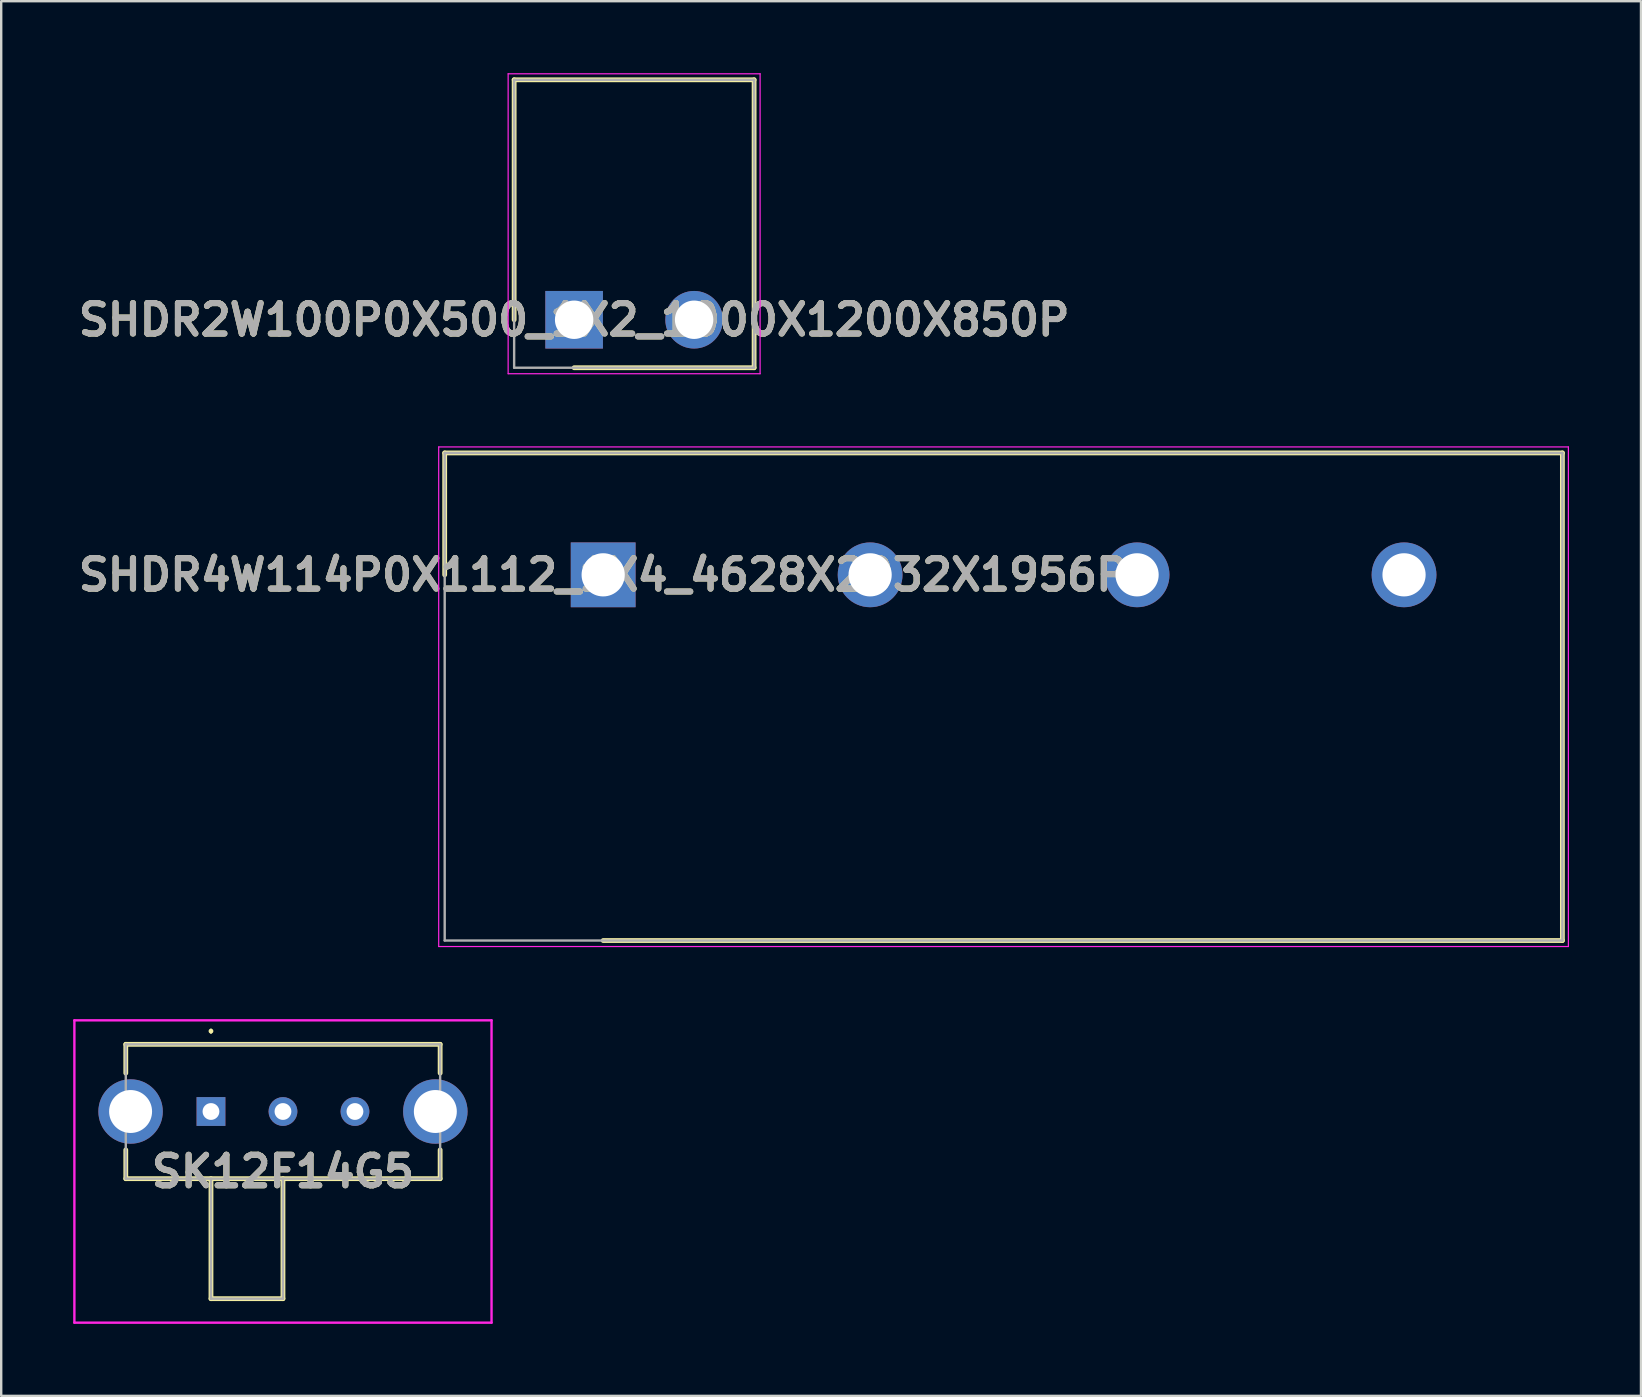
<source format=kicad_pcb>
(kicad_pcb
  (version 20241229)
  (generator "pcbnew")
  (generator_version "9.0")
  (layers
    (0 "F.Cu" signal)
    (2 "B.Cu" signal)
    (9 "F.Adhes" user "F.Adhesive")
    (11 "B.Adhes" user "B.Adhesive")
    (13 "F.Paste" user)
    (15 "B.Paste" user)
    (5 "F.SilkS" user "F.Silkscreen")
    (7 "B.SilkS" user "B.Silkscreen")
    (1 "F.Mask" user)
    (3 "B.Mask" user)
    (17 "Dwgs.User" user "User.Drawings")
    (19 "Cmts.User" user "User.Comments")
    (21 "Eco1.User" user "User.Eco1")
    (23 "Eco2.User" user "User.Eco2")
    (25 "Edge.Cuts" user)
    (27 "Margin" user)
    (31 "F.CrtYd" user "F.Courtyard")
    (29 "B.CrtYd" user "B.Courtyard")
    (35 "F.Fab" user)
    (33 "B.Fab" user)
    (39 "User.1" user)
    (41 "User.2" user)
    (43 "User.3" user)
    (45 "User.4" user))
  (footprint "SK12F14G5"
    (layer "F.Cu")
    (at 5.742 43.27)
    (property "Reference" "SK12F14G5" (at 3 2.5 0) (layer "F.SilkS") (effects (font (size 1.27 1.27) (thickness 0.254))))
    (attr through_hole)
    (fp_line (start -3.55 -2.8) (end 9.55 -2.8) (stroke (width 0.2) (type solid)) (layer "F.SilkS"))
    (fp_line (start -3.55 -1.6) (end -3.55 -2.8) (stroke (width 0.2) (type solid)) (layer "F.SilkS"))
    (fp_line (start -3.55 1.6) (end -3.55 2.8) (stroke (width 0.2) (type solid)) (layer "F.SilkS"))
    (fp_line (start -3.55 2.8) (end 9.55 2.8) (stroke (width 0.2) (type solid)) (layer "F.SilkS"))
    (fp_line (start 0 -3.4) (end 0 -3.4) (stroke (width 0.1) (type solid)) (layer "F.SilkS"))
    (fp_line (start 0 -3.3) (end 0 -3.3) (stroke (width 0.1) (type solid)) (layer "F.SilkS"))
    (fp_line (start 0 2.8) (end 0 7.8) (stroke (width 0.2) (type solid)) (layer "F.SilkS"))
    (fp_line (start 0 7.8) (end 3 7.8) (stroke (width 0.2) (type solid)) (layer "F.SilkS"))
    (fp_line (start 3 7.8) (end 3 2.8) (stroke (width 0.2) (type solid)) (layer "F.SilkS"))
    (fp_line (start 9.55 -2.8) (end 9.55 -1.6) (stroke (width 0.2) (type solid)) (layer "F.SilkS"))
    (fp_line (start 9.55 2.8) (end 9.55 1.6) (stroke (width 0.2) (type solid)) (layer "F.SilkS"))
    (fp_arc (start 0 -3.4) (mid 0.05 -3.35) (end 0 -3.3) (stroke (width 0.1) (type solid)) (layer "F.SilkS"))
    (fp_arc (start 0 -3.3) (mid -0.05 -3.35) (end 0 -3.4) (stroke (width 0.1) (type solid)) (layer "F.SilkS"))
    (fp_line (start -5.692 -3.8) (end 11.692 -3.8) (stroke (width 0.1) (type solid)) (layer "F.CrtYd"))
    (fp_line (start -5.692 8.8) (end -5.692 -3.8) (stroke (width 0.1) (type solid)) (layer "F.CrtYd"))
    (fp_line (start 11.692 -3.8) (end 11.692 8.8) (stroke (width 0.1) (type solid)) (layer "F.CrtYd"))
    (fp_line (start 11.692 8.8) (end -5.692 8.8) (stroke (width 0.1) (type solid)) (layer "F.CrtYd"))
    (fp_line (start -3.55 -2.8) (end -3.55 2.8) (stroke (width 0.1) (type solid)) (layer "F.Fab"))
    (fp_line (start -3.55 2.8) (end 9.55 2.8) (stroke (width 0.1) (type solid)) (layer "F.Fab"))
    (fp_line (start 0 2.8) (end 0 7.8) (stroke (width 0.1) (type solid)) (layer "F.Fab"))
    (fp_line (start 0 7.8) (end 3 7.8) (stroke (width 0.1) (type solid)) (layer "F.Fab"))
    (fp_line (start 3 7.8) (end 3 2.8) (stroke (width 0.1) (type solid)) (layer "F.Fab"))
    (fp_line (start 9.55 -2.8) (end -3.55 -2.8) (stroke (width 0.1) (type solid)) (layer "F.Fab"))
    (fp_line (start 9.55 2.8) (end 9.55 -2.8) (stroke (width 0.1) (type solid)) (layer "F.Fab"))
    (fp_text user "${REFERENCE}" (at 3 2.5 0) (layer "F.Fab") (effects (font (size 1.27 1.27) (thickness 0.254))))
    (pad "1" thru_hole rect (at 0 0) (size 1.2 1.2) (drill 0.7) (layers "*.Cu" "*.Mask"))
    (pad "2" thru_hole circle (at 3 0) (size 1.2 1.2) (drill 0.7) (layers "*.Cu" "*.Mask"))
    (pad "3" thru_hole circle (at 6 0) (size 1.2 1.2) (drill 0.7) (layers "*.Cu" "*.Mask"))
    (pad "MH1" thru_hole circle (at -3.35 0) (size 2.685 2.685) (drill 1.79) (layers "*.Cu" "*.Mask"))
    (pad "MH2" thru_hole circle (at 9.35 0) (size 2.685 2.685) (drill 1.79) (layers "*.Cu" "*.Mask")))
  (footprint "SHDR4W114P0X1112_1X4_4628X2032X1956P"
    (layer "F.Cu")
    (at 22.086 20.905)
    (property "Reference" "SHDR4W114P0X1112_1X4_4628X2032X1956P" (at 0 0 0) (layer "F.SilkS") (effects (font (size 1.27 1.27) (thickness 0.254))))
    (attr through_hole)
    (fp_line (start -6.604 -5.08) (end -6.604 0) (stroke (width 0.2) (type solid)) (layer "F.SilkS"))
    (fp_line (start 0 15.24) (end 39.974 15.24) (stroke (width 0.2) (type solid)) (layer "F.SilkS"))
    (fp_line (start 39.974 -5.08) (end -6.604 -5.08) (stroke (width 0.2) (type solid)) (layer "F.SilkS"))
    (fp_line (start 39.974 15.24) (end 39.974 -5.08) (stroke (width 0.2) (type solid)) (layer "F.SilkS"))
    (fp_line (start -6.854 -5.33) (end 40.224 -5.33) (stroke (width 0.05) (type solid)) (layer "F.CrtYd"))
    (fp_line (start -6.854 15.49) (end -6.854 -5.33) (stroke (width 0.05) (type solid)) (layer "F.CrtYd"))
    (fp_line (start 40.224 -5.33) (end 40.224 15.49) (stroke (width 0.05) (type solid)) (layer "F.CrtYd"))
    (fp_line (start 40.224 15.49) (end -6.854 15.49) (stroke (width 0.05) (type solid)) (layer "F.CrtYd"))
    (fp_line (start -6.604 -5.08) (end 39.974 -5.08) (stroke (width 0.1) (type solid)) (layer "F.Fab"))
    (fp_line (start -6.604 15.24) (end -6.604 -5.08) (stroke (width 0.1) (type solid)) (layer "F.Fab"))
    (fp_line (start 39.974 -5.08) (end 39.974 15.24) (stroke (width 0.1) (type solid)) (layer "F.Fab"))
    (fp_line (start 39.974 15.24) (end -6.604 15.24) (stroke (width 0.1) (type solid)) (layer "F.Fab"))
    (fp_text user "${REFERENCE}" (at 0 0 0) (layer "F.Fab") (effects (font (size 1.27 1.27) (thickness 0.254))))
    (pad "1" thru_hole rect (at 0 0) (size 2.7 2.7) (drill 1.8) (layers "*.Cu" "*.Mask"))
    (pad "2" thru_hole circle (at 11.125 0) (size 2.7 2.7) (drill 1.8) (layers "*.Cu" "*.Mask"))
    (pad "3" thru_hole circle (at 22.25 0) (size 2.7 2.7) (drill 1.8) (layers "*.Cu" "*.Mask"))
    (pad "4" thru_hole circle (at 33.375 0) (size 2.7 2.7) (drill 1.8) (layers "*.Cu" "*.Mask")))
  (footprint "SHDR2W100P0X500_1X2_1000X1200X850P"
    (layer "F.Cu")
    (at 20.876 10.275)
    (property "Reference" "SHDR2W100P0X500_1X2_1000X1200X850P" (at 0 0 0) (layer "F.SilkS") (effects (font (size 1.27 1.27) (thickness 0.254))))
    (attr through_hole)
    (fp_line (start -2.5 -10) (end -2.5 0) (stroke (width 0.2) (type solid)) (layer "F.SilkS"))
    (fp_line (start 0 2) (end 7.5 2) (stroke (width 0.2) (type solid)) (layer "F.SilkS"))
    (fp_line (start 7.5 -10) (end -2.5 -10) (stroke (width 0.2) (type solid)) (layer "F.SilkS"))
    (fp_line (start 7.5 2) (end 7.5 -10) (stroke (width 0.2) (type solid)) (layer "F.SilkS"))
    (fp_line (start -2.75 -10.25) (end 7.75 -10.25) (stroke (width 0.05) (type solid)) (layer "F.CrtYd"))
    (fp_line (start -2.75 2.25) (end -2.75 -10.25) (stroke (width 0.05) (type solid)) (layer "F.CrtYd"))
    (fp_line (start 7.75 -10.25) (end 7.75 2.25) (stroke (width 0.05) (type solid)) (layer "F.CrtYd"))
    (fp_line (start 7.75 2.25) (end -2.75 2.25) (stroke (width 0.05) (type solid)) (layer "F.CrtYd"))
    (fp_line (start -2.5 -10) (end 7.5 -10) (stroke (width 0.1) (type solid)) (layer "F.Fab"))
    (fp_line (start -2.5 2) (end -2.5 -10) (stroke (width 0.1) (type solid)) (layer "F.Fab"))
    (fp_line (start 7.5 -10) (end 7.5 2) (stroke (width 0.1) (type solid)) (layer "F.Fab"))
    (fp_line (start 7.5 2) (end -2.5 2) (stroke (width 0.1) (type solid)) (layer "F.Fab"))
    (fp_text user "${REFERENCE}" (at 0 0 0) (layer "F.Fab") (effects (font (size 1.27 1.27) (thickness 0.254))))
    (pad "1" thru_hole rect (at 0 0) (size 2.4 2.4) (drill 1.6) (layers "*.Cu" "*.Mask"))
    (pad "2" thru_hole circle (at 5 0) (size 2.4 2.4) (drill 1.6) (layers "*.Cu" "*.Mask")))
  (gr_rect
    (start -3 -3)
    (end 65.335 55.12)
    (stroke (width 0.1) (type default))
    (fill no)
    (layer "Edge.Cuts")))
</source>
